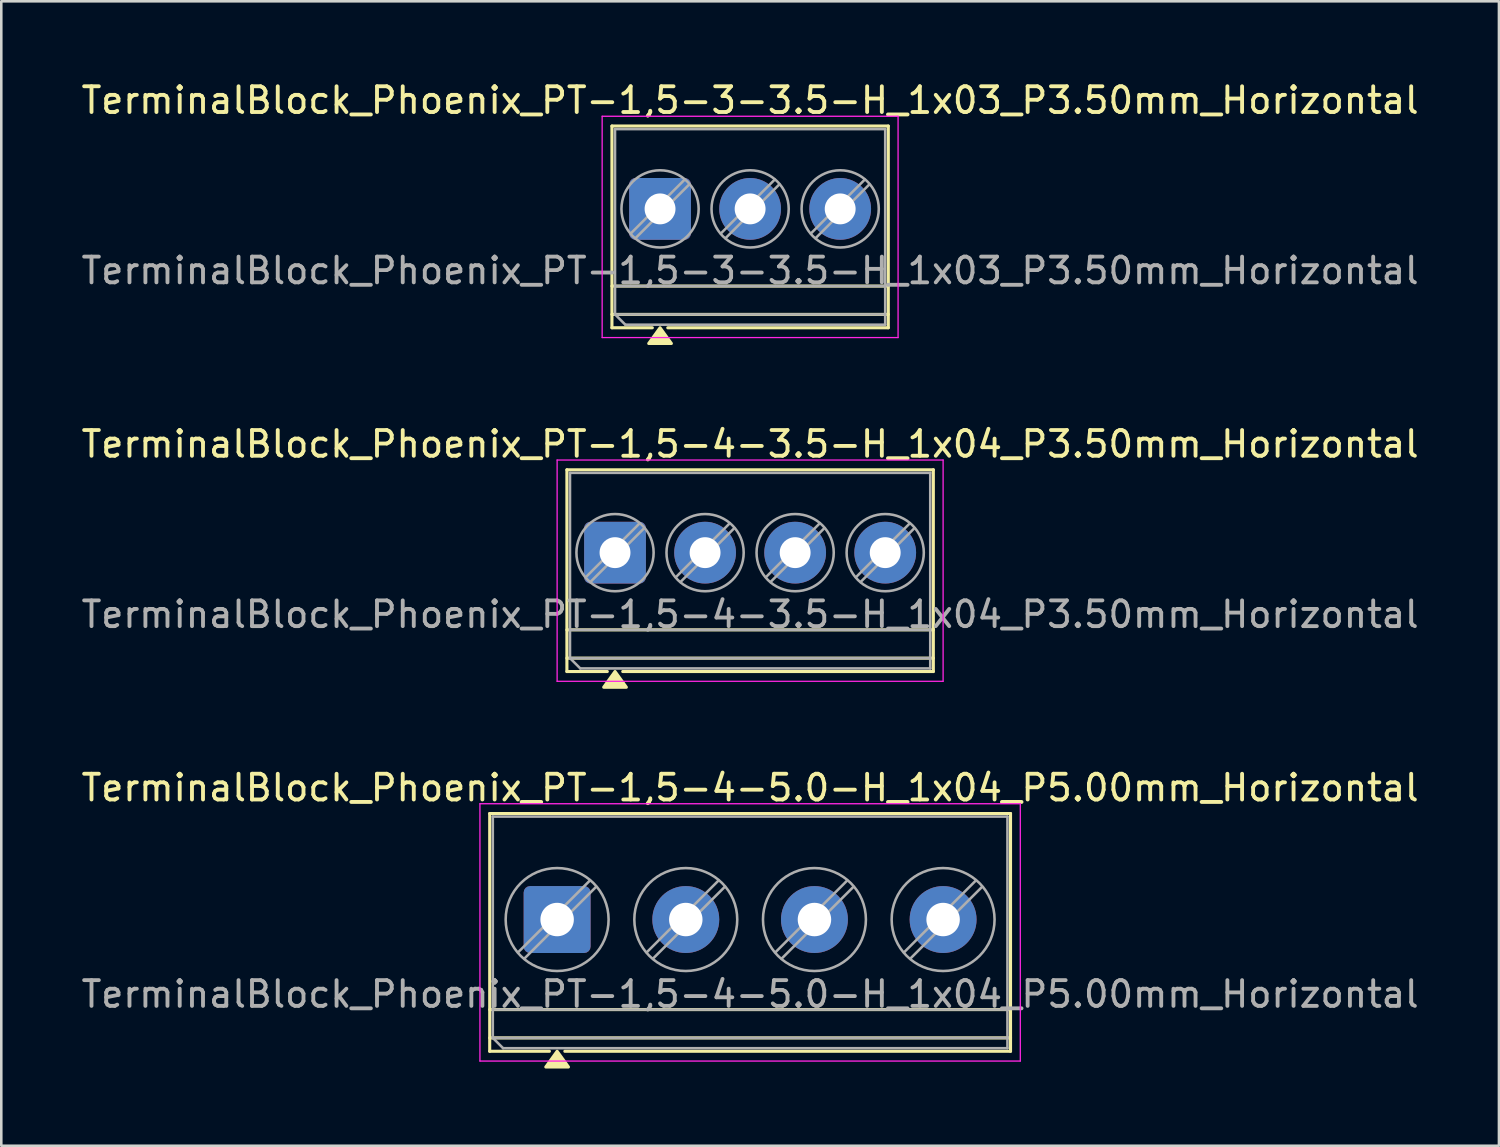
<source format=kicad_pcb>
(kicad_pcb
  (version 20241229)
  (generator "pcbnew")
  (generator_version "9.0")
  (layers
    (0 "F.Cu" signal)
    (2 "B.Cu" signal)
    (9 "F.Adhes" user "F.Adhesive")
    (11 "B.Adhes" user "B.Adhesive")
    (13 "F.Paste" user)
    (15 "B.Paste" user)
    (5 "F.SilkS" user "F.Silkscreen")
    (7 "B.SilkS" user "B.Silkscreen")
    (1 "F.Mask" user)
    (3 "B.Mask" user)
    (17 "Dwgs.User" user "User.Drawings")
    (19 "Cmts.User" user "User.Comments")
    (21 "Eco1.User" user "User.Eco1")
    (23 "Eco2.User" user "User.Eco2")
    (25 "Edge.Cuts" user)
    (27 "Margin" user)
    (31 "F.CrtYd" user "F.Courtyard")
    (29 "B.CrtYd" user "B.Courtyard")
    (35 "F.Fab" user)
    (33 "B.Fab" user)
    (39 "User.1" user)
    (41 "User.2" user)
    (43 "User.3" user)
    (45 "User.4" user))
  (footprint "TerminalBlock_Phoenix_PT-1,5-3-3.5-H_1x03_P3.50mm_Horizontal"
    (layer "F.Cu")
    (at 22.601 5.068)
    (property "Reference" "TerminalBlock_Phoenix_PT-1,5-3-3.5-H_1x03_P3.50mm_Horizontal" (at 3.5 -4.22 0) (layer "F.SilkS") (effects (font (size 1 1) (thickness 0.15))))
    (attr through_hole)
    (fp_line (start -1.87 -3.22) (end 8.87 -3.22) (stroke (width 0.12) (type solid)) (layer "F.SilkS"))
    (fp_line (start -1.87 3) (end 8.87 3) (stroke (width 0.12) (type solid)) (layer "F.SilkS"))
    (fp_line (start -1.87 4.1) (end 8.87 4.1) (stroke (width 0.12) (type solid)) (layer "F.SilkS"))
    (fp_line (start -1.87 4.62) (end -1.87 -3.22) (stroke (width 0.12) (type solid)) (layer "F.SilkS"))
    (fp_line (start -0.3 4.62) (end -1.87 4.62) (stroke (width 0.12) (type solid)) (layer "F.SilkS"))
    (fp_line (start 8.87 -3.22) (end 8.87 4.62) (stroke (width 0.12) (type solid)) (layer "F.SilkS"))
    (fp_line (start 8.87 4.62) (end 0.3 4.62) (stroke (width 0.12) (type solid)) (layer "F.SilkS"))
    (fp_poly (pts (xy 0 4.62) (xy 0.44 5.23) (xy -0.44 5.23)) (stroke (width 0.12) (type solid)) (fill yes) (layer "F.SilkS"))
    (fp_line (start -2.25 -3.6) (end -2.25 5) (stroke (width 0.05) (type solid)) (layer "F.CrtYd"))
    (fp_line (start -2.25 5) (end 9.25 5) (stroke (width 0.05) (type solid)) (layer "F.CrtYd"))
    (fp_line (start 9.25 -3.6) (end -2.25 -3.6) (stroke (width 0.05) (type solid)) (layer "F.CrtYd"))
    (fp_line (start 9.25 5) (end 9.25 -3.6) (stroke (width 0.05) (type solid)) (layer "F.CrtYd"))
    (fp_line (start -1.75 -3.1) (end 8.75 -3.1) (stroke (width 0.1) (type solid)) (layer "F.Fab"))
    (fp_line (start -1.75 3) (end 8.75 3) (stroke (width 0.1) (type solid)) (layer "F.Fab"))
    (fp_line (start -1.75 4.1) (end -1.75 -3.1) (stroke (width 0.1) (type solid)) (layer "F.Fab"))
    (fp_line (start -1.75 4.1) (end 8.75 4.1) (stroke (width 0.1) (type solid)) (layer "F.Fab"))
    (fp_line (start -1.35 4.5) (end -1.75 4.1) (stroke (width 0.1) (type solid)) (layer "F.Fab"))
    (fp_line (start 0.955 -1.138) (end -1.138 0.955) (stroke (width 0.1) (type solid)) (layer "F.Fab"))
    (fp_line (start 1.138 -0.955) (end -0.955 1.138) (stroke (width 0.1) (type solid)) (layer "F.Fab"))
    (fp_line (start 4.455 -1.138) (end 2.362 0.955) (stroke (width 0.1) (type solid)) (layer "F.Fab"))
    (fp_line (start 4.638 -0.955) (end 2.545 1.138) (stroke (width 0.1) (type solid)) (layer "F.Fab"))
    (fp_line (start 7.955 -1.138) (end 5.862 0.955) (stroke (width 0.1) (type solid)) (layer "F.Fab"))
    (fp_line (start 8.138 -0.955) (end 6.045 1.138) (stroke (width 0.1) (type solid)) (layer "F.Fab"))
    (fp_line (start 8.75 -3.1) (end 8.75 4.5) (stroke (width 0.1) (type solid)) (layer "F.Fab"))
    (fp_line (start 8.75 4.5) (end -1.35 4.5) (stroke (width 0.1) (type solid)) (layer "F.Fab"))
    (fp_circle (center 0 0) (end 1.5 0) (stroke (width 0.1) (type solid)) (fill no) (layer "F.Fab"))
    (fp_circle (center 3.5 0) (end 5 0) (stroke (width 0.1) (type solid)) (fill no) (layer "F.Fab"))
    (fp_circle (center 7 0) (end 8.5 0) (stroke (width 0.1) (type solid)) (fill no) (layer "F.Fab"))
    (fp_text user "${REFERENCE}" (at 3.5 2.4 0) (layer "F.Fab") (effects (font (size 1 1) (thickness 0.15))))
    (pad "1" thru_hole roundrect (at 0 0) (size 2.4 2.4) (drill 1.2) (layers "*.Cu" "*.Mask") (roundrect_rratio 0.104))
    (pad "2" thru_hole circle (at 3.5 0) (size 2.4 2.4) (drill 1.2) (layers "*.Cu" "*.Mask"))
    (pad "3" thru_hole circle (at 7 0) (size 2.4 2.4) (drill 1.2) (layers "*.Cu" "*.Mask")))
  (footprint "TerminalBlock_Phoenix_PT-1,5-4-3.5-H_1x04_P3.50mm_Horizontal"
    (layer "F.Cu")
    (at 20.851 18.427)
    (property "Reference" "TerminalBlock_Phoenix_PT-1,5-4-3.5-H_1x04_P3.50mm_Horizontal" (at 5.25 -4.22 0) (layer "F.SilkS") (effects (font (size 1 1) (thickness 0.15))))
    (attr through_hole)
    (fp_line (start -1.87 -3.22) (end 12.37 -3.22) (stroke (width 0.12) (type solid)) (layer "F.SilkS"))
    (fp_line (start -1.87 3) (end 12.37 3) (stroke (width 0.12) (type solid)) (layer "F.SilkS"))
    (fp_line (start -1.87 4.1) (end 12.37 4.1) (stroke (width 0.12) (type solid)) (layer "F.SilkS"))
    (fp_line (start -1.87 4.62) (end -1.87 -3.22) (stroke (width 0.12) (type solid)) (layer "F.SilkS"))
    (fp_line (start -0.3 4.62) (end -1.87 4.62) (stroke (width 0.12) (type solid)) (layer "F.SilkS"))
    (fp_line (start 12.37 -3.22) (end 12.37 4.62) (stroke (width 0.12) (type solid)) (layer "F.SilkS"))
    (fp_line (start 12.37 4.62) (end 0.3 4.62) (stroke (width 0.12) (type solid)) (layer "F.SilkS"))
    (fp_poly (pts (xy 0 4.62) (xy 0.44 5.23) (xy -0.44 5.23)) (stroke (width 0.12) (type solid)) (fill yes) (layer "F.SilkS"))
    (fp_line (start -2.25 -3.6) (end -2.25 5) (stroke (width 0.05) (type solid)) (layer "F.CrtYd"))
    (fp_line (start -2.25 5) (end 12.75 5) (stroke (width 0.05) (type solid)) (layer "F.CrtYd"))
    (fp_line (start 12.75 -3.6) (end -2.25 -3.6) (stroke (width 0.05) (type solid)) (layer "F.CrtYd"))
    (fp_line (start 12.75 5) (end 12.75 -3.6) (stroke (width 0.05) (type solid)) (layer "F.CrtYd"))
    (fp_line (start -1.75 -3.1) (end 12.25 -3.1) (stroke (width 0.1) (type solid)) (layer "F.Fab"))
    (fp_line (start -1.75 3) (end 12.25 3) (stroke (width 0.1) (type solid)) (layer "F.Fab"))
    (fp_line (start -1.75 4.1) (end -1.75 -3.1) (stroke (width 0.1) (type solid)) (layer "F.Fab"))
    (fp_line (start -1.75 4.1) (end 12.25 4.1) (stroke (width 0.1) (type solid)) (layer "F.Fab"))
    (fp_line (start -1.35 4.5) (end -1.75 4.1) (stroke (width 0.1) (type solid)) (layer "F.Fab"))
    (fp_line (start 0.955 -1.138) (end -1.138 0.955) (stroke (width 0.1) (type solid)) (layer "F.Fab"))
    (fp_line (start 1.138 -0.955) (end -0.955 1.138) (stroke (width 0.1) (type solid)) (layer "F.Fab"))
    (fp_line (start 4.455 -1.138) (end 2.362 0.955) (stroke (width 0.1) (type solid)) (layer "F.Fab"))
    (fp_line (start 4.638 -0.955) (end 2.545 1.138) (stroke (width 0.1) (type solid)) (layer "F.Fab"))
    (fp_line (start 7.955 -1.138) (end 5.862 0.955) (stroke (width 0.1) (type solid)) (layer "F.Fab"))
    (fp_line (start 8.138 -0.955) (end 6.045 1.138) (stroke (width 0.1) (type solid)) (layer "F.Fab"))
    (fp_line (start 11.455 -1.138) (end 9.362 0.955) (stroke (width 0.1) (type solid)) (layer "F.Fab"))
    (fp_line (start 11.638 -0.955) (end 9.545 1.138) (stroke (width 0.1) (type solid)) (layer "F.Fab"))
    (fp_line (start 12.25 -3.1) (end 12.25 4.5) (stroke (width 0.1) (type solid)) (layer "F.Fab"))
    (fp_line (start 12.25 4.5) (end -1.35 4.5) (stroke (width 0.1) (type solid)) (layer "F.Fab"))
    (fp_circle (center 0 0) (end 1.5 0) (stroke (width 0.1) (type solid)) (fill no) (layer "F.Fab"))
    (fp_circle (center 3.5 0) (end 5 0) (stroke (width 0.1) (type solid)) (fill no) (layer "F.Fab"))
    (fp_circle (center 7 0) (end 8.5 0) (stroke (width 0.1) (type solid)) (fill no) (layer "F.Fab"))
    (fp_circle (center 10.5 0) (end 12 0) (stroke (width 0.1) (type solid)) (fill no) (layer "F.Fab"))
    (fp_text user "${REFERENCE}" (at 5.25 2.4 0) (layer "F.Fab") (effects (font (size 1 1) (thickness 0.15))))
    (pad "1" thru_hole roundrect (at 0 0) (size 2.4 2.4) (drill 1.2) (layers "*.Cu" "*.Mask") (roundrect_rratio 0.104))
    (pad "2" thru_hole circle (at 3.5 0) (size 2.4 2.4) (drill 1.2) (layers "*.Cu" "*.Mask"))
    (pad "3" thru_hole circle (at 7 0) (size 2.4 2.4) (drill 1.2) (layers "*.Cu" "*.Mask"))
    (pad "4" thru_hole circle (at 10.5 0) (size 2.4 2.4) (drill 1.2) (layers "*.Cu" "*.Mask")))
  (footprint "TerminalBlock_Phoenix_PT-1,5-4-5.0-H_1x04_P5.00mm_Horizontal"
    (layer "F.Cu")
    (at 18.601 32.685)
    (property "Reference" "TerminalBlock_Phoenix_PT-1,5-4-5.0-H_1x04_P5.00mm_Horizontal" (at 7.5 -5.12 0) (layer "F.SilkS") (effects (font (size 1 1) (thickness 0.15))))
    (attr through_hole)
    (fp_line (start -2.62 -4.12) (end 17.62 -4.12) (stroke (width 0.12) (type solid)) (layer "F.SilkS"))
    (fp_line (start -2.62 3.5) (end 17.62 3.5) (stroke (width 0.12) (type solid)) (layer "F.SilkS"))
    (fp_line (start -2.62 4.6) (end 17.62 4.6) (stroke (width 0.12) (type solid)) (layer "F.SilkS"))
    (fp_line (start -2.62 5.12) (end -2.62 -4.12) (stroke (width 0.12) (type solid)) (layer "F.SilkS"))
    (fp_line (start -0.3 5.12) (end -2.62 5.12) (stroke (width 0.12) (type solid)) (layer "F.SilkS"))
    (fp_line (start 17.62 -4.12) (end 17.62 5.12) (stroke (width 0.12) (type solid)) (layer "F.SilkS"))
    (fp_line (start 17.62 5.12) (end 0.3 5.12) (stroke (width 0.12) (type solid)) (layer "F.SilkS"))
    (fp_poly (pts (xy 0 5.12) (xy 0.44 5.73) (xy -0.44 5.73)) (stroke (width 0.12) (type solid)) (fill yes) (layer "F.SilkS"))
    (fp_line (start -3 -4.5) (end -3 5.5) (stroke (width 0.05) (type solid)) (layer "F.CrtYd"))
    (fp_line (start -3 5.5) (end 18 5.5) (stroke (width 0.05) (type solid)) (layer "F.CrtYd"))
    (fp_line (start 18 -4.5) (end -3 -4.5) (stroke (width 0.05) (type solid)) (layer "F.CrtYd"))
    (fp_line (start 18 5.5) (end 18 -4.5) (stroke (width 0.05) (type solid)) (layer "F.CrtYd"))
    (fp_line (start -2.5 -4) (end 17.5 -4) (stroke (width 0.1) (type solid)) (layer "F.Fab"))
    (fp_line (start -2.5 3.5) (end 17.5 3.5) (stroke (width 0.1) (type solid)) (layer "F.Fab"))
    (fp_line (start -2.5 4.6) (end -2.5 -4) (stroke (width 0.1) (type solid)) (layer "F.Fab"))
    (fp_line (start -2.5 4.6) (end 17.5 4.6) (stroke (width 0.1) (type solid)) (layer "F.Fab"))
    (fp_line (start -2.1 5) (end -2.5 4.6) (stroke (width 0.1) (type solid)) (layer "F.Fab"))
    (fp_line (start 1.273 -1.517) (end -1.517 1.273) (stroke (width 0.1) (type solid)) (layer "F.Fab"))
    (fp_line (start 1.517 -1.273) (end -1.273 1.517) (stroke (width 0.1) (type solid)) (layer "F.Fab"))
    (fp_line (start 6.273 -1.517) (end 3.483 1.273) (stroke (width 0.1) (type solid)) (layer "F.Fab"))
    (fp_line (start 6.517 -1.273) (end 3.727 1.517) (stroke (width 0.1) (type solid)) (layer "F.Fab"))
    (fp_line (start 11.273 -1.517) (end 8.483 1.273) (stroke (width 0.1) (type solid)) (layer "F.Fab"))
    (fp_line (start 11.517 -1.273) (end 8.727 1.517) (stroke (width 0.1) (type solid)) (layer "F.Fab"))
    (fp_line (start 16.273 -1.517) (end 13.483 1.273) (stroke (width 0.1) (type solid)) (layer "F.Fab"))
    (fp_line (start 16.517 -1.273) (end 13.727 1.517) (stroke (width 0.1) (type solid)) (layer "F.Fab"))
    (fp_line (start 17.5 -4) (end 17.5 5) (stroke (width 0.1) (type solid)) (layer "F.Fab"))
    (fp_line (start 17.5 5) (end -2.1 5) (stroke (width 0.1) (type solid)) (layer "F.Fab"))
    (fp_circle (center 0 0) (end 2 0) (stroke (width 0.1) (type solid)) (fill no) (layer "F.Fab"))
    (fp_circle (center 5 0) (end 7 0) (stroke (width 0.1) (type solid)) (fill no) (layer "F.Fab"))
    (fp_circle (center 10 0) (end 12 0) (stroke (width 0.1) (type solid)) (fill no) (layer "F.Fab"))
    (fp_circle (center 15 0) (end 17 0) (stroke (width 0.1) (type solid)) (fill no) (layer "F.Fab"))
    (fp_text user "${REFERENCE}" (at 7.5 2.9 0) (layer "F.Fab") (effects (font (size 1 1) (thickness 0.15))))
    (pad "1" thru_hole roundrect (at 0 0) (size 2.6 2.6) (drill 1.3) (layers "*.Cu" "*.Mask") (roundrect_rratio 0.096))
    (pad "2" thru_hole circle (at 5 0) (size 2.6 2.6) (drill 1.3) (layers "*.Cu" "*.Mask"))
    (pad "3" thru_hole circle (at 10 0) (size 2.6 2.6) (drill 1.3) (layers "*.Cu" "*.Mask"))
    (pad "4" thru_hole circle (at 15 0) (size 2.6 2.6) (drill 1.3) (layers "*.Cu" "*.Mask")))
  (gr_rect
    (start -3 -3)
    (end 55.202 41.475)
    (stroke (width 0.1) (type default))
    (fill no)
    (layer "Edge.Cuts")))
</source>
